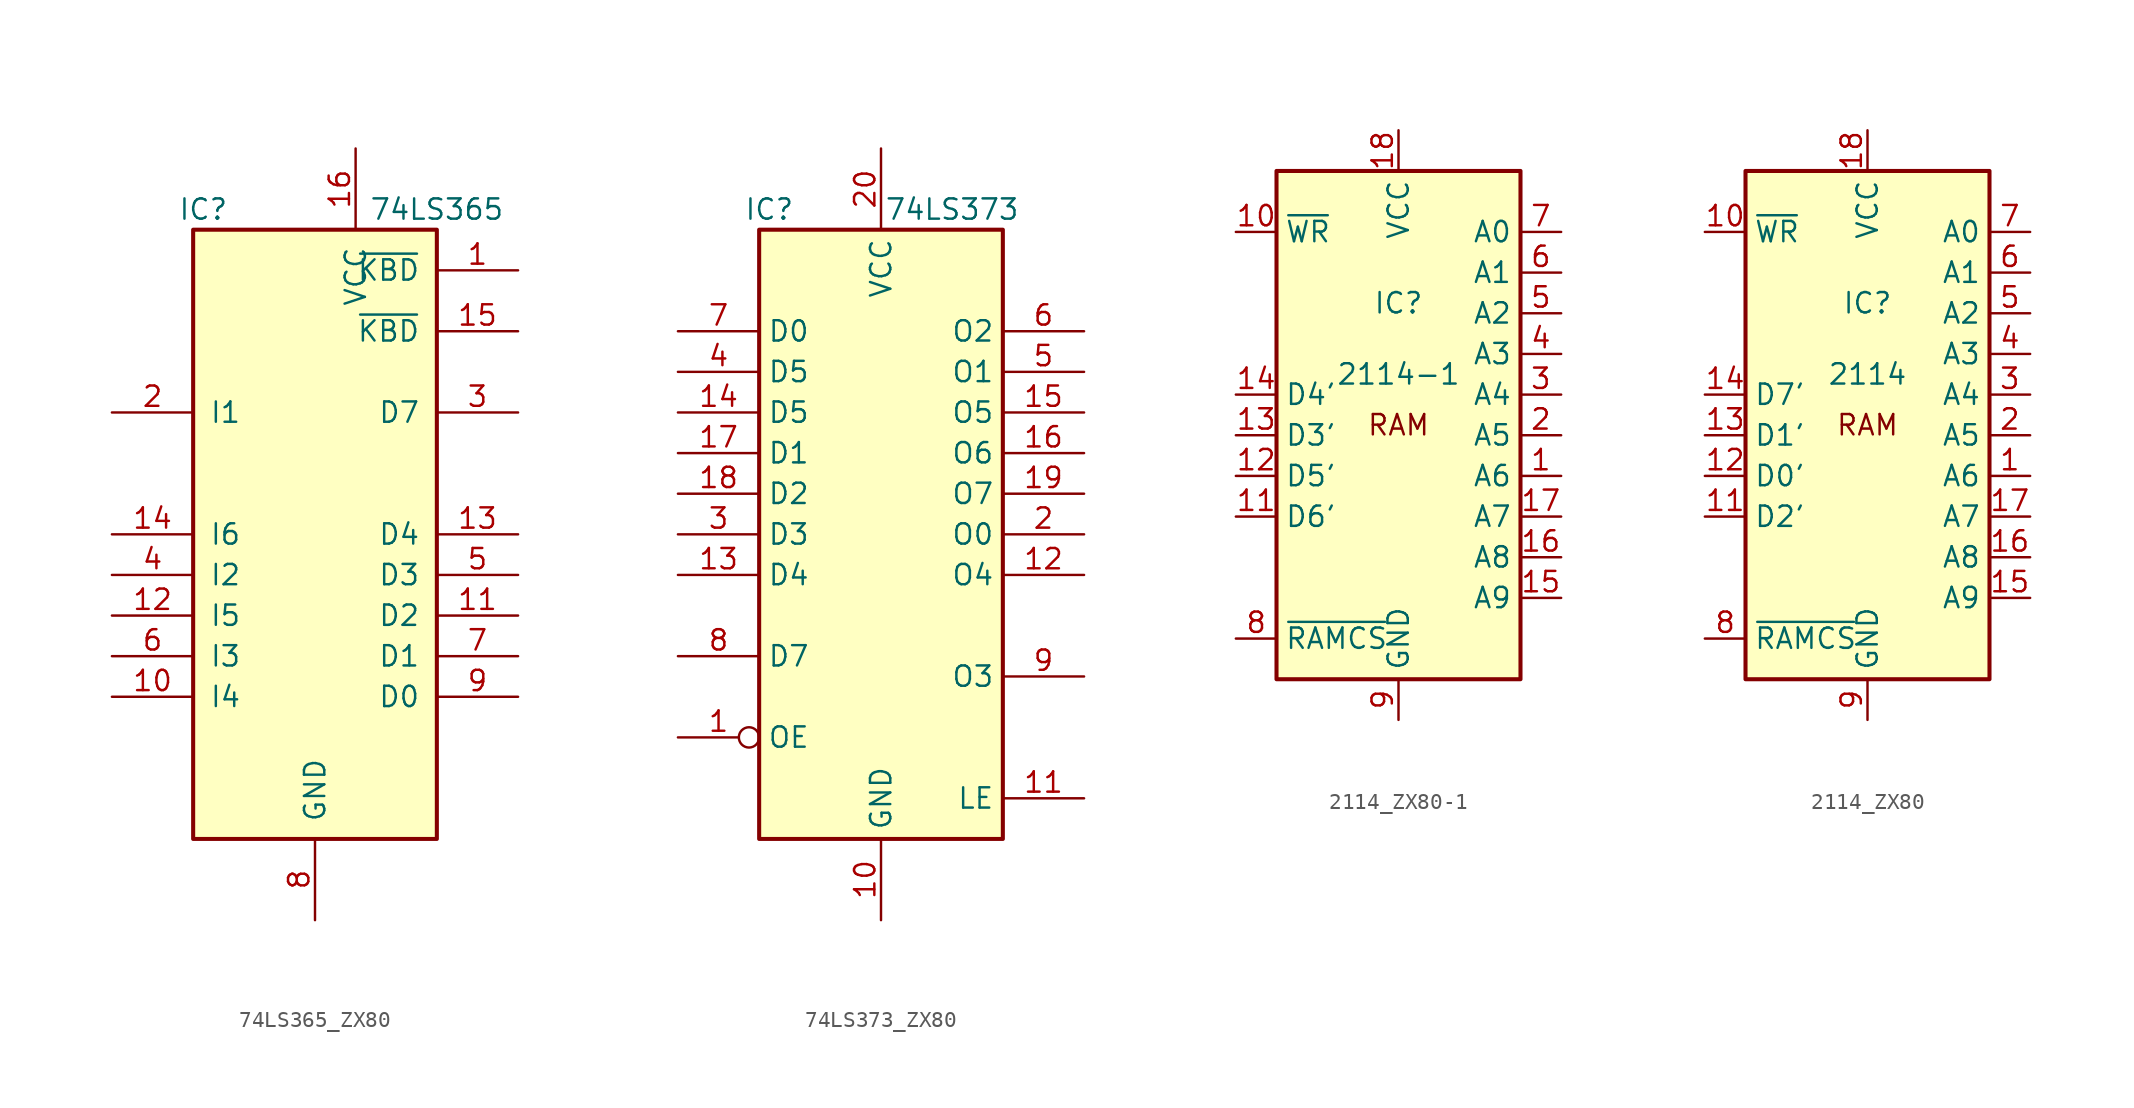
<source format=kicad_sym>
(kicad_symbol_lib
  (version 20220914)
  (generator kicad_symbol_editor)
  (symbol "74LS365_ZX80"
    (pin_names
      (offset 1.016))
    (property "Reference" "IC"
      (at -6.985 20.32 0)
      (effects (font (size 1.27 1.27))))
    (property "Value" "74LS365"
      (at 7.62 20.32 0)
      (effects (font (size 1.27 1.27))))
    (symbol "74LS365_ZX80_1_0"
      (pin input line (at 12.7 16.51 180) (length 5.08) (name "~{KBD}" (effects (font (size 1.27 1.27)))) (number "1" (effects (font (size 1.27 1.27)))))
      (pin input line (at -12.7 -10.16 0) (length 5.08) (name "I4" (effects (font (size 1.27 1.27)))) (number "10" (effects (font (size 1.27 1.27)))))
      (pin tri_state line (at 12.7 -5.08 180) (length 5.08) (name "D2" (effects (font (size 1.27 1.27)))) (number "11" (effects (font (size 1.27 1.27)))))
      (pin input line (at -12.7 -5.08 0) (length 5.08) (name "I5" (effects (font (size 1.27 1.27)))) (number "12" (effects (font (size 1.27 1.27)))))
      (pin tri_state line (at 12.7 0 180) (length 5.08) (name "D4" (effects (font (size 1.27 1.27)))) (number "13" (effects (font (size 1.27 1.27)))))
      (pin input line (at -12.7 0 0) (length 5.08) (name "I6" (effects (font (size 1.27 1.27)))) (number "14" (effects (font (size 1.27 1.27)))))
      (pin input line (at 12.7 12.7 180) (length 5.08) (name "~{KBD}" (effects (font (size 1.27 1.27)))) (number "15" (effects (font (size 1.27 1.27)))))
      (pin power_in line (at 2.54 24.13 270) (length 5.08) (name "VCC" (effects (font (size 1.27 1.27)))) (number "16" (effects (font (size 1.27 1.27)))))
      (pin input line (at -12.7 7.62 0) (length 5.08) (name "I1" (effects (font (size 1.27 1.27)))) (number "2" (effects (font (size 1.27 1.27)))))
      (pin tri_state line (at 12.7 7.62 180) (length 5.08) (name "D7" (effects (font (size 1.27 1.27)))) (number "3" (effects (font (size 1.27 1.27)))))
      (pin input line (at -12.7 -2.54 0) (length 5.08) (name "I2" (effects (font (size 1.27 1.27)))) (number "4" (effects (font (size 1.27 1.27)))))
      (pin tri_state line (at 12.7 -2.54 180) (length 5.08) (name "D3" (effects (font (size 1.27 1.27)))) (number "5" (effects (font (size 1.27 1.27)))))
      (pin input line (at -12.7 -7.62 0) (length 5.08) (name "I3" (effects (font (size 1.27 1.27)))) (number "6" (effects (font (size 1.27 1.27)))))
      (pin tri_state line (at 12.7 -7.62 180) (length 5.08) (name "D1" (effects (font (size 1.27 1.27)))) (number "7" (effects (font (size 1.27 1.27)))))
      (pin power_in line (at 0 -24.13 90) (length 5.08) (name "GND" (effects (font (size 1.27 1.27)))) (number "8" (effects (font (size 1.27 1.27)))))
      (pin tri_state line (at 12.7 -10.16 180) (length 5.08) (name "D0" (effects (font (size 1.27 1.27)))) (number "9" (effects (font (size 1.27 1.27))))))
    (symbol "74LS365_ZX80_1_1"
      (rectangle (start -7.62 19.05) (end 7.62 -19.05) (stroke (width 0.254) (type default)) (fill (type background)))))
  (symbol "74LS373_ZX80"
    (property "Reference" "IC"
      (at -6.985 20.32 0)
      (effects (font (size 1.27 1.27))))
    (property "Value" "74LS373"
      (at 4.445 20.32 0)
      (effects (font (size 1.27 1.27))))
    (symbol "74LS373_ZX80_1_0"
      (pin input inverted (at -12.7 -12.7 0) (length 5.08) (name "OE" (effects (font (size 1.27 1.27)))) (number "1" (effects (font (size 1.27 1.27)))))
      (pin power_in line (at 0 -24.13 90) (length 5.08) (name "GND" (effects (font (size 1.27 1.27)))) (number "10" (effects (font (size 1.27 1.27)))))
      (pin input line (at 12.7 -16.51 180) (length 5.08) (name "LE" (effects (font (size 1.27 1.27)))) (number "11" (effects (font (size 1.27 1.27)))))
      (pin tri_state line (at 12.7 -2.54 180) (length 5.08) (name "O4" (effects (font (size 1.27 1.27)))) (number "12" (effects (font (size 1.27 1.27)))))
      (pin input line (at -12.7 -2.54 0) (length 5.08) (name "D4" (effects (font (size 1.27 1.27)))) (number "13" (effects (font (size 1.27 1.27)))))
      (pin input line (at -12.7 7.62 0) (length 5.08) (name "D5" (effects (font (size 1.27 1.27)))) (number "14" (effects (font (size 1.27 1.27)))))
      (pin tri_state line (at 12.7 7.62 180) (length 5.08) (name "O5" (effects (font (size 1.27 1.27)))) (number "15" (effects (font (size 1.27 1.27)))))
      (pin tri_state line (at 12.7 5.08 180) (length 5.08) (name "O6" (effects (font (size 1.27 1.27)))) (number "16" (effects (font (size 1.27 1.27)))))
      (pin input line (at -12.7 5.08 0) (length 5.08) (name "D1" (effects (font (size 1.27 1.27)))) (number "17" (effects (font (size 1.27 1.27)))))
      (pin input line (at -12.7 2.54 0) (length 5.08) (name "D2" (effects (font (size 1.27 1.27)))) (number "18" (effects (font (size 1.27 1.27)))))
      (pin tri_state line (at 12.7 2.54 180) (length 5.08) (name "O7" (effects (font (size 1.27 1.27)))) (number "19" (effects (font (size 1.27 1.27)))))
      (pin tri_state line (at 12.7 0 180) (length 5.08) (name "O0" (effects (font (size 1.27 1.27)))) (number "2" (effects (font (size 1.27 1.27)))))
      (pin power_in line (at 0 24.13 270) (length 5.08) (name "VCC" (effects (font (size 1.27 1.27)))) (number "20" (effects (font (size 1.27 1.27)))))
      (pin input line (at -12.7 0 0) (length 5.08) (name "D3" (effects (font (size 1.27 1.27)))) (number "3" (effects (font (size 1.27 1.27)))))
      (pin input line (at -12.7 10.16 0) (length 5.08) (name "D5" (effects (font (size 1.27 1.27)))) (number "4" (effects (font (size 1.27 1.27)))))
      (pin tri_state line (at 12.7 10.16 180) (length 5.08) (name "O1" (effects (font (size 1.27 1.27)))) (number "5" (effects (font (size 1.27 1.27)))))
      (pin tri_state line (at 12.7 12.7 180) (length 5.08) (name "O2" (effects (font (size 1.27 1.27)))) (number "6" (effects (font (size 1.27 1.27)))))
      (pin input line (at -12.7 12.7 0) (length 5.08) (name "D0" (effects (font (size 1.27 1.27)))) (number "7" (effects (font (size 1.27 1.27)))))
      (pin input line (at -12.7 -7.62 0) (length 5.08) (name "D7" (effects (font (size 1.27 1.27)))) (number "8" (effects (font (size 1.27 1.27)))))
      (pin tri_state line (at 12.7 -8.89 180) (length 5.08) (name "O3" (effects (font (size 1.27 1.27)))) (number "9" (effects (font (size 1.27 1.27))))))
    (symbol "74LS373_ZX80_1_1"
      (rectangle (start -7.62 19.05) (end 7.62 -19.05) (stroke (width 0.254) (type default)) (fill (type background)))))
  (symbol "2114_ZX80-1"
    (property "Reference" "IC"
      (at 0 6.985 0)
      (effects (font (size 1.27 1.27))))
    (property "Value" "2114-1"
      (at 0 2.54 0)
      (effects (font (size 1.27 1.27))))
    (symbol "2114_ZX80-1_0_1"
      (rectangle (start -7.62 15.24) (end 7.62 -16.51) (stroke (width 0.254) (type solid)) (fill (type background))))
    (symbol "2114_ZX80-1_1_1"
      (text "RAM" (at 0 -0.635 0) (effects (font (size 1.27 1.27))))
      (pin input line (at 10.16 -3.81 180) (length 2.54) (name "A6" (effects (font (size 1.27 1.27)))) (number "1" (effects (font (size 1.27 1.27)))))
      (pin input line (at -10.16 11.43 0) (length 2.54) (name "~{WR}" (effects (font (size 1.27 1.27)))) (number "10" (effects (font (size 1.27 1.27)))))
      (pin bidirectional line (at -10.16 -6.35 0) (length 2.54) (name "D6'" (effects (font (size 1.27 1.27)))) (number "11" (effects (font (size 1.27 1.27)))))
      (pin bidirectional line (at -10.16 -3.81 0) (length 2.54) (name "D5'" (effects (font (size 1.27 1.27)))) (number "12" (effects (font (size 1.27 1.27)))))
      (pin bidirectional line (at -10.16 -1.27 0) (length 2.54) (name "D3'" (effects (font (size 1.27 1.27)))) (number "13" (effects (font (size 1.27 1.27)))))
      (pin bidirectional line (at -10.16 1.27 0) (length 2.54) (name "D4'" (effects (font (size 1.27 1.27)))) (number "14" (effects (font (size 1.27 1.27)))))
      (pin input line (at 10.16 -11.43 180) (length 2.54) (name "A9" (effects (font (size 1.27 1.27)))) (number "15" (effects (font (size 1.27 1.27)))))
      (pin input line (at 10.16 -8.89 180) (length 2.54) (name "A8" (effects (font (size 1.27 1.27)))) (number "16" (effects (font (size 1.27 1.27)))))
      (pin input line (at 10.16 -6.35 180) (length 2.54) (name "A7" (effects (font (size 1.27 1.27)))) (number "17" (effects (font (size 1.27 1.27)))))
      (pin power_in line (at 0 17.78 270) (length 2.54) (name "VCC" (effects (font (size 1.27 1.27)))) (number "18" (effects (font (size 1.27 1.27)))))
      (pin input line (at 10.16 -1.27 180) (length 2.54) (name "A5" (effects (font (size 1.27 1.27)))) (number "2" (effects (font (size 1.27 1.27)))))
      (pin input line (at 10.16 1.27 180) (length 2.54) (name "A4" (effects (font (size 1.27 1.27)))) (number "3" (effects (font (size 1.27 1.27)))))
      (pin input line (at 10.16 3.81 180) (length 2.54) (name "A3" (effects (font (size 1.27 1.27)))) (number "4" (effects (font (size 1.27 1.27)))))
      (pin input line (at 10.16 6.35 180) (length 2.54) (name "A2" (effects (font (size 1.27 1.27)))) (number "5" (effects (font (size 1.27 1.27)))))
      (pin input line (at 10.16 8.89 180) (length 2.54) (name "A1" (effects (font (size 1.27 1.27)))) (number "6" (effects (font (size 1.27 1.27)))))
      (pin input line (at 10.16 11.43 180) (length 2.54) (name "A0" (effects (font (size 1.27 1.27)))) (number "7" (effects (font (size 1.27 1.27)))))
      (pin input line (at -10.16 -13.97 0) (length 2.54) (name "~{RAMCS}" (effects (font (size 1.27 1.27)))) (number "8" (effects (font (size 1.27 1.27)))))
      (pin power_in line (at 0 -19.05 90) (length 2.54) (name "GND" (effects (font (size 1.27 1.27)))) (number "9" (effects (font (size 1.27 1.27)))))))
  (symbol "2114_ZX80"
    (property "Reference" "IC"
      (at 0 8.255 0)
      (effects (font (size 1.27 1.27))))
    (property "Value" "2114"
      (at 0 3.81 0)
      (effects (font (size 1.27 1.27))))
    (symbol "2114_ZX80_0_1"
      (rectangle (start -7.62 16.51) (end 7.62 -15.24) (stroke (width 0.254) (type solid)) (fill (type background))))
    (symbol "2114_ZX80_1_1"
      (text "RAM" (at 0 0.635 0) (effects (font (size 1.27 1.27))))
      (pin input line (at 10.16 -2.54 180) (length 2.54) (name "A6" (effects (font (size 1.27 1.27)))) (number "1" (effects (font (size 1.27 1.27)))))
      (pin input line (at -10.16 12.7 0) (length 2.54) (name "~{WR}" (effects (font (size 1.27 1.27)))) (number "10" (effects (font (size 1.27 1.27)))))
      (pin bidirectional line (at -10.16 -5.08 0) (length 2.54) (name "D2'" (effects (font (size 1.27 1.27)))) (number "11" (effects (font (size 1.27 1.27)))))
      (pin bidirectional line (at -10.16 -2.54 0) (length 2.54) (name "D0'" (effects (font (size 1.27 1.27)))) (number "12" (effects (font (size 1.27 1.27)))))
      (pin bidirectional line (at -10.16 0 0) (length 2.54) (name "D1'" (effects (font (size 1.27 1.27)))) (number "13" (effects (font (size 1.27 1.27)))))
      (pin bidirectional line (at -10.16 2.54 0) (length 2.54) (name "D7'" (effects (font (size 1.27 1.27)))) (number "14" (effects (font (size 1.27 1.27)))))
      (pin input line (at 10.16 -10.16 180) (length 2.54) (name "A9" (effects (font (size 1.27 1.27)))) (number "15" (effects (font (size 1.27 1.27)))))
      (pin input line (at 10.16 -7.62 180) (length 2.54) (name "A8" (effects (font (size 1.27 1.27)))) (number "16" (effects (font (size 1.27 1.27)))))
      (pin input line (at 10.16 -5.08 180) (length 2.54) (name "A7" (effects (font (size 1.27 1.27)))) (number "17" (effects (font (size 1.27 1.27)))))
      (pin power_in line (at 0 19.05 270) (length 2.54) (name "VCC" (effects (font (size 1.27 1.27)))) (number "18" (effects (font (size 1.27 1.27)))))
      (pin input line (at 10.16 0 180) (length 2.54) (name "A5" (effects (font (size 1.27 1.27)))) (number "2" (effects (font (size 1.27 1.27)))))
      (pin input line (at 10.16 2.54 180) (length 2.54) (name "A4" (effects (font (size 1.27 1.27)))) (number "3" (effects (font (size 1.27 1.27)))))
      (pin input line (at 10.16 5.08 180) (length 2.54) (name "A3" (effects (font (size 1.27 1.27)))) (number "4" (effects (font (size 1.27 1.27)))))
      (pin input line (at 10.16 7.62 180) (length 2.54) (name "A2" (effects (font (size 1.27 1.27)))) (number "5" (effects (font (size 1.27 1.27)))))
      (pin input line (at 10.16 10.16 180) (length 2.54) (name "A1" (effects (font (size 1.27 1.27)))) (number "6" (effects (font (size 1.27 1.27)))))
      (pin input line (at 10.16 12.7 180) (length 2.54) (name "A0" (effects (font (size 1.27 1.27)))) (number "7" (effects (font (size 1.27 1.27)))))
      (pin input line (at -10.16 -12.7 0) (length 2.54) (name "~{RAMCS}" (effects (font (size 1.27 1.27)))) (number "8" (effects (font (size 1.27 1.27)))))
      (pin power_in line (at 0 -17.78 90) (length 2.54) (name "GND" (effects (font (size 1.27 1.27)))) (number "9" (effects (font (size 1.27 1.27))))))))
</source>
